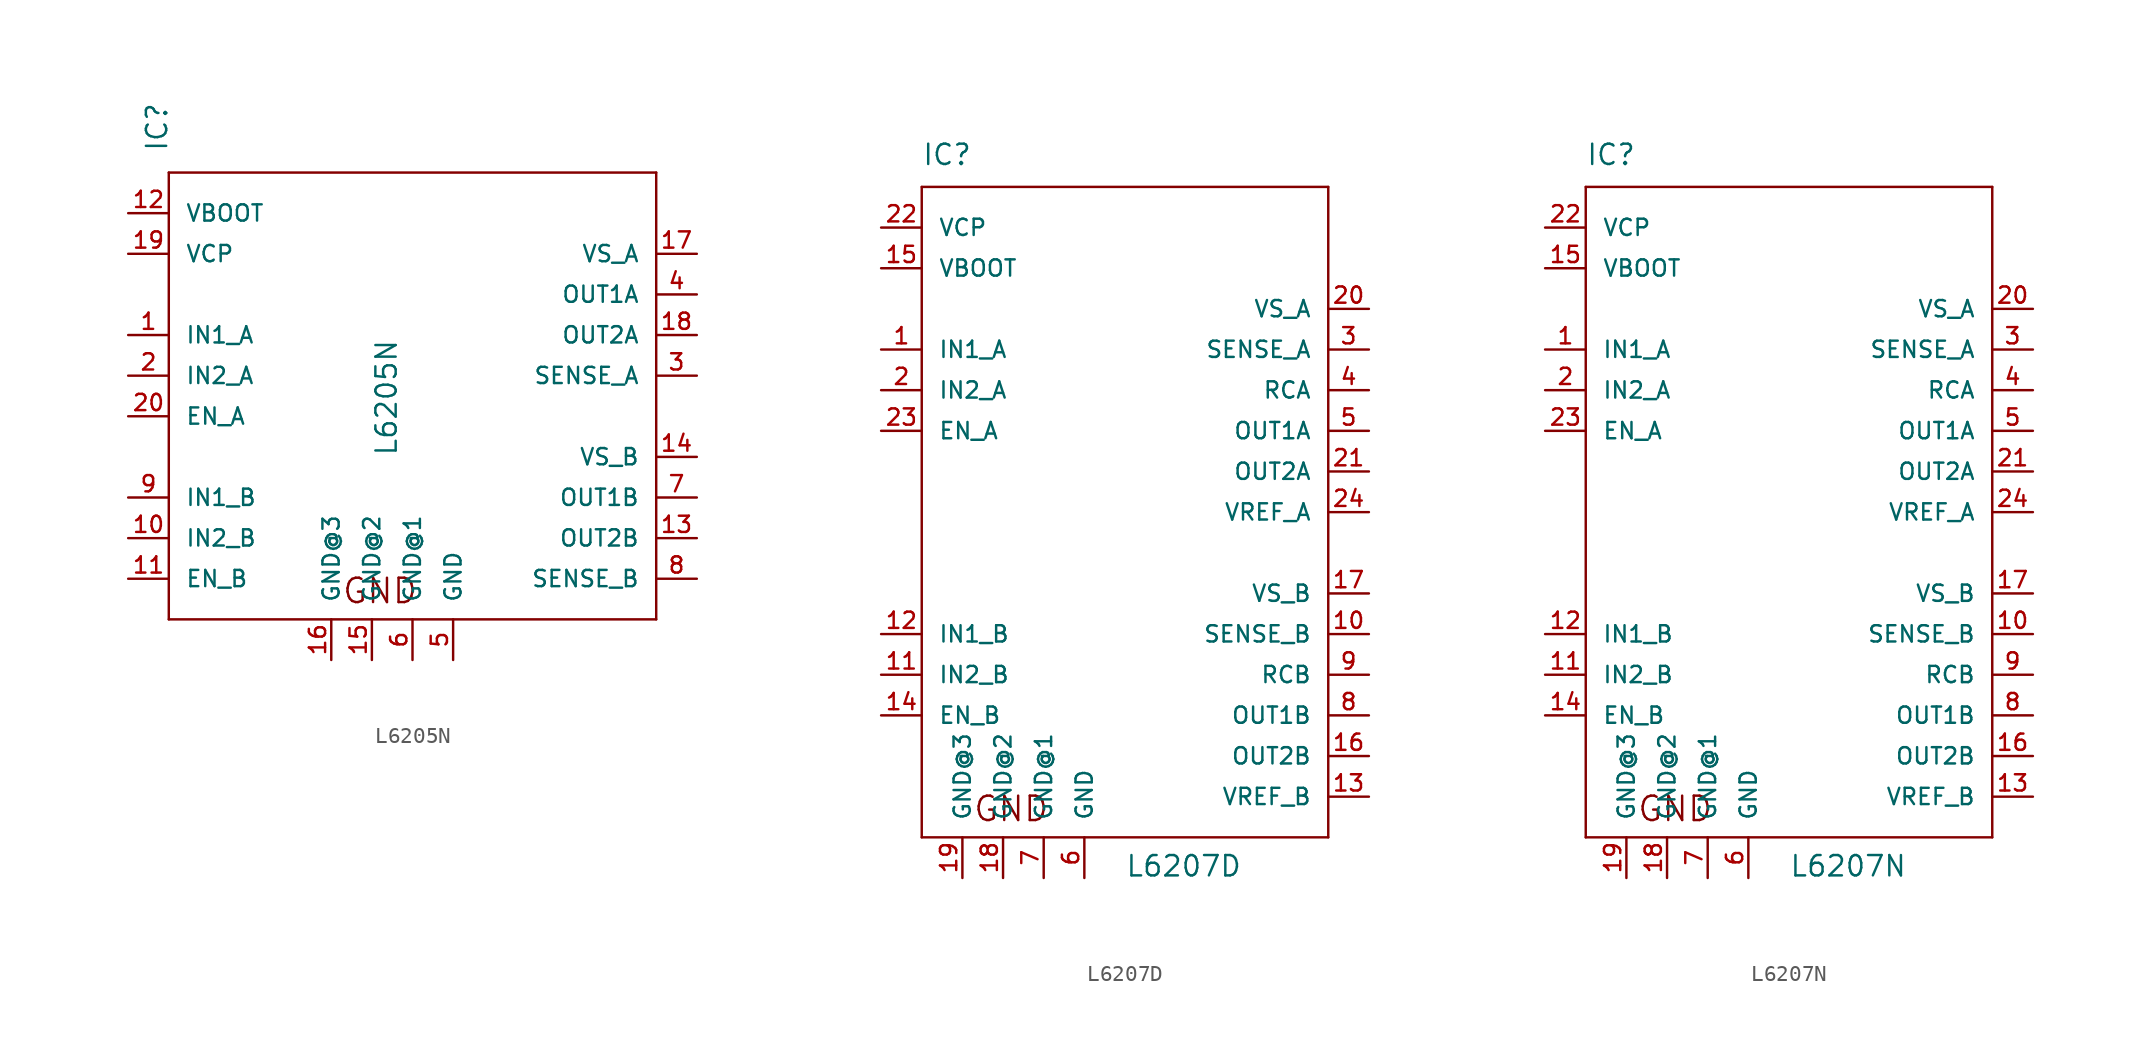
<source format=kicad_sym>
(kicad_symbol_lib
  (version 20211014)
  (generator kicad_symbol_editor)
  (symbol "L6205N"
    (pin_names
      (offset 1.016))
    (property "Reference" "IC"
      (at -15.24 13.97 90)
      (effects (font (size 1.27 1.27)) (justify left bottom)))
    (property "Value" "L6205N"
      (at -0.889 -5.08 90)
      (effects (font (size 1.27 1.27)) (justify left bottom)))
    (property "ki_locked" ""
      (at 0 0 0)
      (effects (font (size 1.27 1.27))))
    (symbol "L6205N_1_0"
      (polyline (pts (xy -15.24 -15.24) (xy -15.24 12.7)) (stroke (width 0) (type default) (color 0 0 0 0)) (fill (type none)))
      (polyline (pts (xy -15.24 12.7) (xy 15.24 12.7)) (stroke (width 0) (type default) (color 0 0 0 0)) (fill (type none)))
      (polyline (pts (xy 15.24 -15.24) (xy -15.24 -15.24)) (stroke (width 0) (type default) (color 0 0 0 0)) (fill (type none)))
      (polyline (pts (xy 15.24 12.7) (xy 15.24 -15.24)) (stroke (width 0) (type default) (color 0 0 0 0)) (fill (type none)))
      (text "GND" (at -2.032 -13.462 0) (effects (font (size 1.524 1.524)))))
    (symbol "L6205N_1_1"
      (pin input line (at -17.78 2.54 0) (length 2.54) (name "IN1_A" (effects (font (size 1.016 1.016)))) (number "1" (effects (font (size 1.016 1.016)))))
      (pin input line (at -17.78 -10.16 0) (length 2.54) (name "IN2_B" (effects (font (size 1.016 1.016)))) (number "10" (effects (font (size 1.016 1.016)))))
      (pin input line (at -17.78 -12.7 0) (length 2.54) (name "EN_B" (effects (font (size 1.016 1.016)))) (number "11" (effects (font (size 1.016 1.016)))))
      (pin power_in line (at -17.78 10.16 0) (length 2.54) (name "VBOOT" (effects (font (size 1.016 1.016)))) (number "12" (effects (font (size 1.016 1.016)))))
      (pin output line (at 17.78 -10.16 180) (length 2.54) (name "OUT2B" (effects (font (size 1.016 1.016)))) (number "13" (effects (font (size 1.016 1.016)))))
      (pin power_in line (at 17.78 -5.08 180) (length 2.54) (name "VS_B" (effects (font (size 1.016 1.016)))) (number "14" (effects (font (size 1.016 1.016)))))
      (pin power_in line (at -2.54 -17.78 90) (length 2.54) (name "GND@2" (effects (font (size 1.016 1.016)))) (number "15" (effects (font (size 1.016 1.016)))))
      (pin power_in line (at -5.08 -17.78 90) (length 2.54) (name "GND@3" (effects (font (size 1.016 1.016)))) (number "16" (effects (font (size 1.016 1.016)))))
      (pin power_in line (at 17.78 7.62 180) (length 2.54) (name "VS_A" (effects (font (size 1.016 1.016)))) (number "17" (effects (font (size 1.016 1.016)))))
      (pin output line (at 17.78 2.54 180) (length 2.54) (name "OUT2A" (effects (font (size 1.016 1.016)))) (number "18" (effects (font (size 1.016 1.016)))))
      (pin power_in line (at -17.78 7.62 0) (length 2.54) (name "VCP" (effects (font (size 1.016 1.016)))) (number "19" (effects (font (size 1.016 1.016)))))
      (pin input line (at -17.78 0 0) (length 2.54) (name "IN2_A" (effects (font (size 1.016 1.016)))) (number "2" (effects (font (size 1.016 1.016)))))
      (pin input line (at -17.78 -2.54 0) (length 2.54) (name "EN_A" (effects (font (size 1.016 1.016)))) (number "20" (effects (font (size 1.016 1.016)))))
      (pin input line (at 17.78 0 180) (length 2.54) (name "SENSE_A" (effects (font (size 1.016 1.016)))) (number "3" (effects (font (size 1.016 1.016)))))
      (pin output line (at 17.78 5.08 180) (length 2.54) (name "OUT1A" (effects (font (size 1.016 1.016)))) (number "4" (effects (font (size 1.016 1.016)))))
      (pin power_in line (at 2.54 -17.78 90) (length 2.54) (name "GND" (effects (font (size 1.016 1.016)))) (number "5" (effects (font (size 1.016 1.016)))))
      (pin power_in line (at 0 -17.78 90) (length 2.54) (name "GND@1" (effects (font (size 1.016 1.016)))) (number "6" (effects (font (size 1.016 1.016)))))
      (pin output line (at 17.78 -7.62 180) (length 2.54) (name "OUT1B" (effects (font (size 1.016 1.016)))) (number "7" (effects (font (size 1.016 1.016)))))
      (pin input line (at 17.78 -12.7 180) (length 2.54) (name "SENSE_B" (effects (font (size 1.016 1.016)))) (number "8" (effects (font (size 1.016 1.016)))))
      (pin input line (at -17.78 -7.62 0) (length 2.54) (name "IN1_B" (effects (font (size 1.016 1.016)))) (number "9" (effects (font (size 1.016 1.016)))))))
  (symbol "L6207D"
    (pin_names
      (offset 1.016))
    (property "Reference" "IC"
      (at -12.7 21.59 0)
      (effects (font (size 1.27 1.27)) (justify left bottom)))
    (property "Value" "L6207D"
      (at 0 -22.86 0)
      (effects (font (size 1.27 1.27)) (justify left bottom)))
    (property "ki_locked" ""
      (at 0 0 0)
      (effects (font (size 1.27 1.27))))
    (symbol "L6207D_1_0"
      (polyline (pts (xy -12.7 -20.32) (xy -12.7 20.32)) (stroke (width 0) (type default) (color 0 0 0 0)) (fill (type none)))
      (polyline (pts (xy -12.7 20.32) (xy 12.7 20.32)) (stroke (width 0) (type default) (color 0 0 0 0)) (fill (type none)))
      (polyline (pts (xy 12.7 -20.32) (xy -12.7 -20.32)) (stroke (width 0) (type default) (color 0 0 0 0)) (fill (type none)))
      (polyline (pts (xy 12.7 20.32) (xy 12.7 -20.32)) (stroke (width 0) (type default) (color 0 0 0 0)) (fill (type none)))
      (text "GND" (at -7.112 -18.542 0) (effects (font (size 1.524 1.524)))))
    (symbol "L6207D_1_1"
      (pin input line (at -15.24 10.16 0) (length 2.54) (name "IN1_A" (effects (font (size 1.016 1.016)))) (number "1" (effects (font (size 1.016 1.016)))))
      (pin input line (at 15.24 -7.62 180) (length 2.54) (name "SENSE_B" (effects (font (size 1.016 1.016)))) (number "10" (effects (font (size 1.016 1.016)))))
      (pin input line (at -15.24 -10.16 0) (length 2.54) (name "IN2_B" (effects (font (size 1.016 1.016)))) (number "11" (effects (font (size 1.016 1.016)))))
      (pin input line (at -15.24 -7.62 0) (length 2.54) (name "IN1_B" (effects (font (size 1.016 1.016)))) (number "12" (effects (font (size 1.016 1.016)))))
      (pin input line (at 15.24 -17.78 180) (length 2.54) (name "VREF_B" (effects (font (size 1.016 1.016)))) (number "13" (effects (font (size 1.016 1.016)))))
      (pin input line (at -15.24 -12.7 0) (length 2.54) (name "EN_B" (effects (font (size 1.016 1.016)))) (number "14" (effects (font (size 1.016 1.016)))))
      (pin power_in line (at -15.24 15.24 0) (length 2.54) (name "VBOOT" (effects (font (size 1.016 1.016)))) (number "15" (effects (font (size 1.016 1.016)))))
      (pin output line (at 15.24 -15.24 180) (length 2.54) (name "OUT2B" (effects (font (size 1.016 1.016)))) (number "16" (effects (font (size 1.016 1.016)))))
      (pin power_in line (at 15.24 -5.08 180) (length 2.54) (name "VS_B" (effects (font (size 1.016 1.016)))) (number "17" (effects (font (size 1.016 1.016)))))
      (pin power_in line (at -7.62 -22.86 90) (length 2.54) (name "GND@2" (effects (font (size 1.016 1.016)))) (number "18" (effects (font (size 1.016 1.016)))))
      (pin power_in line (at -10.16 -22.86 90) (length 2.54) (name "GND@3" (effects (font (size 1.016 1.016)))) (number "19" (effects (font (size 1.016 1.016)))))
      (pin input line (at -15.24 7.62 0) (length 2.54) (name "IN2_A" (effects (font (size 1.016 1.016)))) (number "2" (effects (font (size 1.016 1.016)))))
      (pin power_in line (at 15.24 12.7 180) (length 2.54) (name "VS_A" (effects (font (size 1.016 1.016)))) (number "20" (effects (font (size 1.016 1.016)))))
      (pin output line (at 15.24 2.54 180) (length 2.54) (name "OUT2A" (effects (font (size 1.016 1.016)))) (number "21" (effects (font (size 1.016 1.016)))))
      (pin power_in line (at -15.24 17.78 0) (length 2.54) (name "VCP" (effects (font (size 1.016 1.016)))) (number "22" (effects (font (size 1.016 1.016)))))
      (pin input line (at -15.24 5.08 0) (length 2.54) (name "EN_A" (effects (font (size 1.016 1.016)))) (number "23" (effects (font (size 1.016 1.016)))))
      (pin input line (at 15.24 0 180) (length 2.54) (name "VREF_A" (effects (font (size 1.016 1.016)))) (number "24" (effects (font (size 1.016 1.016)))))
      (pin input line (at 15.24 10.16 180) (length 2.54) (name "SENSE_A" (effects (font (size 1.016 1.016)))) (number "3" (effects (font (size 1.016 1.016)))))
      (pin input line (at 15.24 7.62 180) (length 2.54) (name "RCA" (effects (font (size 1.016 1.016)))) (number "4" (effects (font (size 1.016 1.016)))))
      (pin output line (at 15.24 5.08 180) (length 2.54) (name "OUT1A" (effects (font (size 1.016 1.016)))) (number "5" (effects (font (size 1.016 1.016)))))
      (pin power_in line (at -2.54 -22.86 90) (length 2.54) (name "GND" (effects (font (size 1.016 1.016)))) (number "6" (effects (font (size 1.016 1.016)))))
      (pin power_in line (at -5.08 -22.86 90) (length 2.54) (name "GND@1" (effects (font (size 1.016 1.016)))) (number "7" (effects (font (size 1.016 1.016)))))
      (pin output line (at 15.24 -12.7 180) (length 2.54) (name "OUT1B" (effects (font (size 1.016 1.016)))) (number "8" (effects (font (size 1.016 1.016)))))
      (pin input line (at 15.24 -10.16 180) (length 2.54) (name "RCB" (effects (font (size 1.016 1.016)))) (number "9" (effects (font (size 1.016 1.016)))))))
  (symbol "L6207N"
    (pin_names
      (offset 1.016))
    (property "Reference" "IC"
      (at -12.7 21.59 0)
      (effects (font (size 1.27 1.27)) (justify left bottom)))
    (property "Value" "L6207N"
      (at 0 -22.86 0)
      (effects (font (size 1.27 1.27)) (justify left bottom)))
    (property "ki_locked" ""
      (at 0 0 0)
      (effects (font (size 1.27 1.27))))
    (symbol "L6207N_1_0"
      (polyline (pts (xy -12.7 -20.32) (xy -12.7 20.32)) (stroke (width 0) (type default) (color 0 0 0 0)) (fill (type none)))
      (polyline (pts (xy -12.7 20.32) (xy 12.7 20.32)) (stroke (width 0) (type default) (color 0 0 0 0)) (fill (type none)))
      (polyline (pts (xy 12.7 -20.32) (xy -12.7 -20.32)) (stroke (width 0) (type default) (color 0 0 0 0)) (fill (type none)))
      (polyline (pts (xy 12.7 20.32) (xy 12.7 -20.32)) (stroke (width 0) (type default) (color 0 0 0 0)) (fill (type none)))
      (text "GND" (at -7.112 -18.542 0) (effects (font (size 1.524 1.524)))))
    (symbol "L6207N_1_1"
      (pin input line (at -15.24 10.16 0) (length 2.54) (name "IN1_A" (effects (font (size 1.016 1.016)))) (number "1" (effects (font (size 1.016 1.016)))))
      (pin input line (at 15.24 -7.62 180) (length 2.54) (name "SENSE_B" (effects (font (size 1.016 1.016)))) (number "10" (effects (font (size 1.016 1.016)))))
      (pin input line (at -15.24 -10.16 0) (length 2.54) (name "IN2_B" (effects (font (size 1.016 1.016)))) (number "11" (effects (font (size 1.016 1.016)))))
      (pin input line (at -15.24 -7.62 0) (length 2.54) (name "IN1_B" (effects (font (size 1.016 1.016)))) (number "12" (effects (font (size 1.016 1.016)))))
      (pin input line (at 15.24 -17.78 180) (length 2.54) (name "VREF_B" (effects (font (size 1.016 1.016)))) (number "13" (effects (font (size 1.016 1.016)))))
      (pin input line (at -15.24 -12.7 0) (length 2.54) (name "EN_B" (effects (font (size 1.016 1.016)))) (number "14" (effects (font (size 1.016 1.016)))))
      (pin power_in line (at -15.24 15.24 0) (length 2.54) (name "VBOOT" (effects (font (size 1.016 1.016)))) (number "15" (effects (font (size 1.016 1.016)))))
      (pin output line (at 15.24 -15.24 180) (length 2.54) (name "OUT2B" (effects (font (size 1.016 1.016)))) (number "16" (effects (font (size 1.016 1.016)))))
      (pin power_in line (at 15.24 -5.08 180) (length 2.54) (name "VS_B" (effects (font (size 1.016 1.016)))) (number "17" (effects (font (size 1.016 1.016)))))
      (pin power_in line (at -7.62 -22.86 90) (length 2.54) (name "GND@2" (effects (font (size 1.016 1.016)))) (number "18" (effects (font (size 1.016 1.016)))))
      (pin power_in line (at -10.16 -22.86 90) (length 2.54) (name "GND@3" (effects (font (size 1.016 1.016)))) (number "19" (effects (font (size 1.016 1.016)))))
      (pin input line (at -15.24 7.62 0) (length 2.54) (name "IN2_A" (effects (font (size 1.016 1.016)))) (number "2" (effects (font (size 1.016 1.016)))))
      (pin power_in line (at 15.24 12.7 180) (length 2.54) (name "VS_A" (effects (font (size 1.016 1.016)))) (number "20" (effects (font (size 1.016 1.016)))))
      (pin output line (at 15.24 2.54 180) (length 2.54) (name "OUT2A" (effects (font (size 1.016 1.016)))) (number "21" (effects (font (size 1.016 1.016)))))
      (pin power_in line (at -15.24 17.78 0) (length 2.54) (name "VCP" (effects (font (size 1.016 1.016)))) (number "22" (effects (font (size 1.016 1.016)))))
      (pin input line (at -15.24 5.08 0) (length 2.54) (name "EN_A" (effects (font (size 1.016 1.016)))) (number "23" (effects (font (size 1.016 1.016)))))
      (pin input line (at 15.24 0 180) (length 2.54) (name "VREF_A" (effects (font (size 1.016 1.016)))) (number "24" (effects (font (size 1.016 1.016)))))
      (pin input line (at 15.24 10.16 180) (length 2.54) (name "SENSE_A" (effects (font (size 1.016 1.016)))) (number "3" (effects (font (size 1.016 1.016)))))
      (pin input line (at 15.24 7.62 180) (length 2.54) (name "RCA" (effects (font (size 1.016 1.016)))) (number "4" (effects (font (size 1.016 1.016)))))
      (pin output line (at 15.24 5.08 180) (length 2.54) (name "OUT1A" (effects (font (size 1.016 1.016)))) (number "5" (effects (font (size 1.016 1.016)))))
      (pin power_in line (at -2.54 -22.86 90) (length 2.54) (name "GND" (effects (font (size 1.016 1.016)))) (number "6" (effects (font (size 1.016 1.016)))))
      (pin power_in line (at -5.08 -22.86 90) (length 2.54) (name "GND@1" (effects (font (size 1.016 1.016)))) (number "7" (effects (font (size 1.016 1.016)))))
      (pin output line (at 15.24 -12.7 180) (length 2.54) (name "OUT1B" (effects (font (size 1.016 1.016)))) (number "8" (effects (font (size 1.016 1.016)))))
      (pin input line (at 15.24 -10.16 180) (length 2.54) (name "RCB" (effects (font (size 1.016 1.016)))) (number "9" (effects (font (size 1.016 1.016))))))))
</source>
